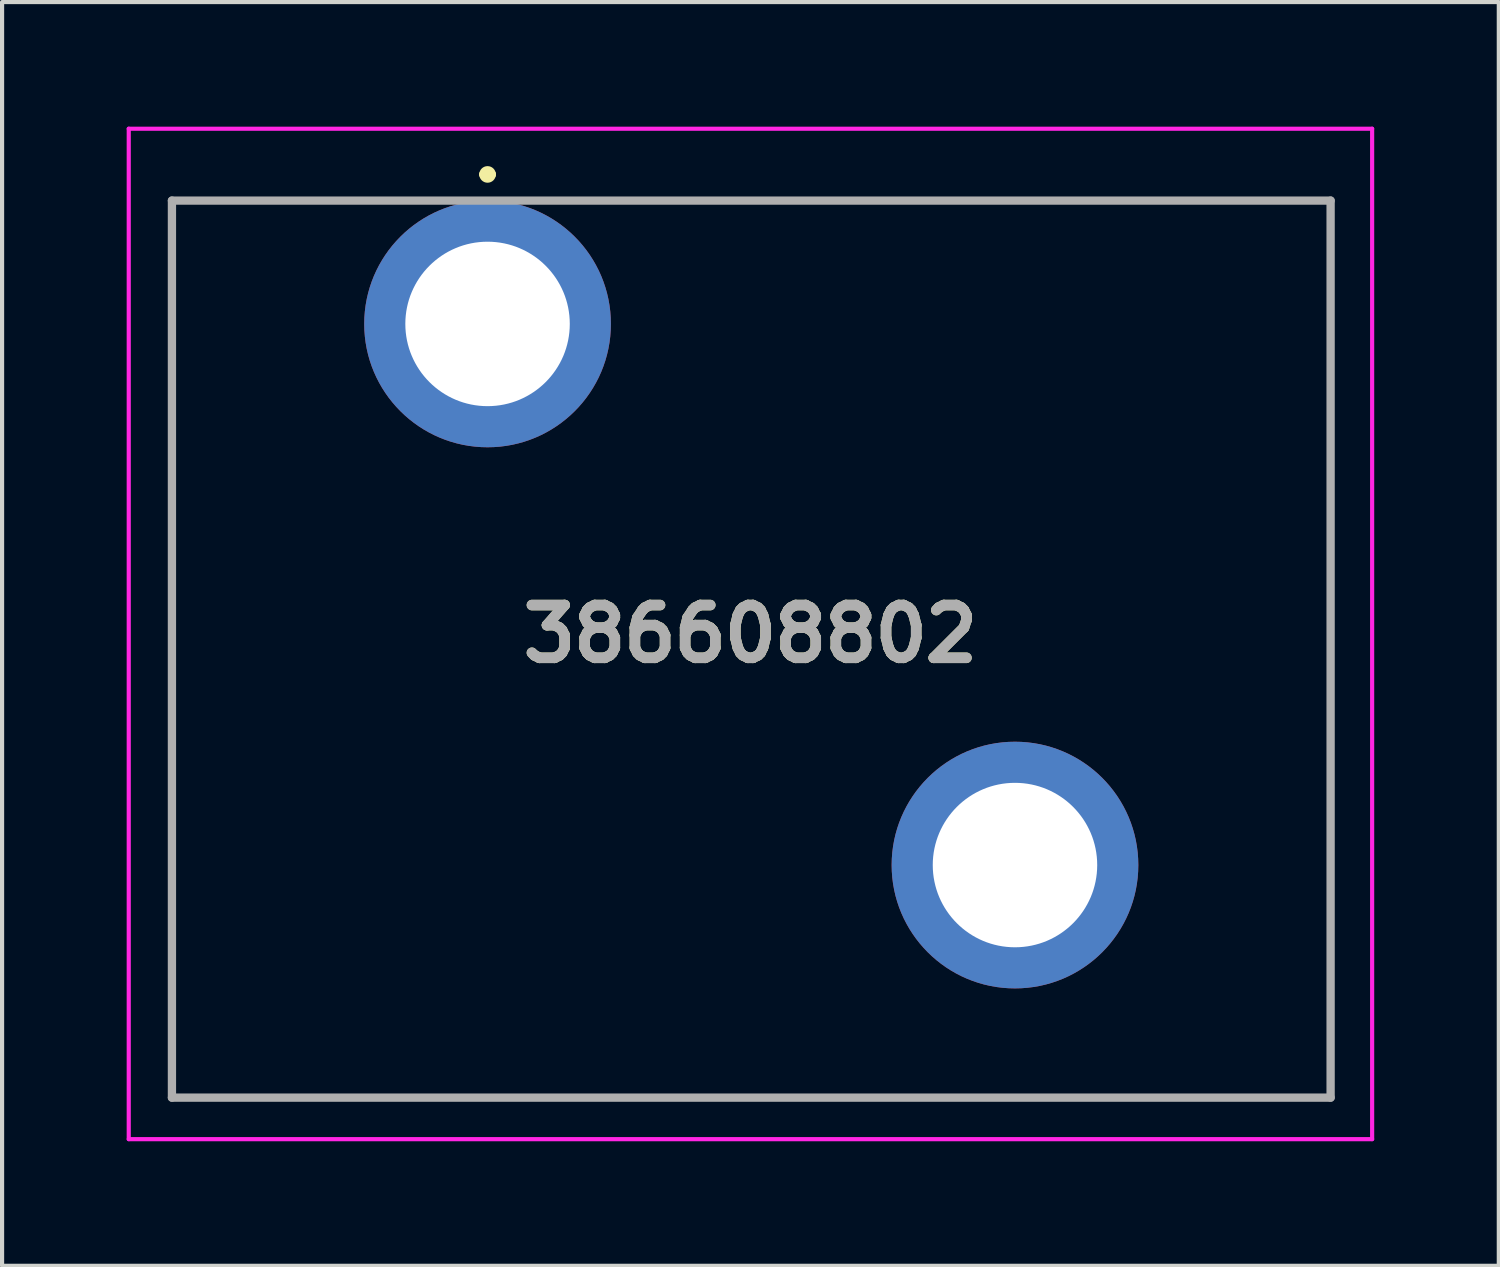
<source format=kicad_pcb>
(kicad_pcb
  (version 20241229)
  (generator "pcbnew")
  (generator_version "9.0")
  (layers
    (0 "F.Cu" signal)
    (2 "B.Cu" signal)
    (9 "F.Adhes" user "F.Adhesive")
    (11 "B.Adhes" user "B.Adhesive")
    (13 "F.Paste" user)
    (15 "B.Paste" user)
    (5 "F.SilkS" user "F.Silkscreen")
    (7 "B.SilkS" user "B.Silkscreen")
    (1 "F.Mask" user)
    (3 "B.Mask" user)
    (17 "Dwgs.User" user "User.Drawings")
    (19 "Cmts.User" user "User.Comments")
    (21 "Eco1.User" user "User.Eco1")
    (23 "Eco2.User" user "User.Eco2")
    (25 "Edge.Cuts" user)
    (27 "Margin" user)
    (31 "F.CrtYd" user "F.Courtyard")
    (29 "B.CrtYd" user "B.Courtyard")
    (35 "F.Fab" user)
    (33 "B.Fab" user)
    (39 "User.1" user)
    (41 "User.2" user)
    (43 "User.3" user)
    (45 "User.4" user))
  (footprint "386608802"
    (layer "F.Cu")
    (at 8.69 4.75)
    (property "Reference" "386608802" (at 6.33 7.465 0) (layer "F.SilkS") (effects (font (size 1.27 1.27) (thickness 0.254))))
    (attr through_hole)
    (fp_line (start -7.64 18.63) (end 20.3 18.63) (stroke (width 0.1) (type solid)) (layer "F.SilkS"))
    (fp_line (start -7.6 -2.97) (end -7.64 18.63) (stroke (width 0.1) (type solid)) (layer "F.SilkS"))
    (fp_line (start -2.56 -2.97) (end -7.6 -2.97) (stroke (width 0.1) (type solid)) (layer "F.SilkS"))
    (fp_line (start -0.1 -3.6) (end -0.1 -3.6) (stroke (width 0.2) (type solid)) (layer "F.SilkS"))
    (fp_line (start 0.1 -3.6) (end 0.1 -3.6) (stroke (width 0.2) (type solid)) (layer "F.SilkS"))
    (fp_line (start 20.3 -2.97) (end 2.52 -2.97) (stroke (width 0.1) (type solid)) (layer "F.SilkS"))
    (fp_line (start 20.3 18.63) (end 20.3 -2.97) (stroke (width 0.1) (type solid)) (layer "F.SilkS"))
    (fp_arc (start -0.1 -3.6) (mid 0 -3.7) (end 0.1 -3.6) (stroke (width 0.2) (type solid)) (layer "F.SilkS"))
    (fp_arc (start 0.1 -3.6) (mid 0 -3.5) (end -0.1 -3.6) (stroke (width 0.2) (type solid)) (layer "F.SilkS"))
    (fp_line (start -8.64 -4.7) (end 21.3 -4.7) (stroke (width 0.1) (type solid)) (layer "F.CrtYd"))
    (fp_line (start -8.64 19.63) (end -8.64 -4.7) (stroke (width 0.1) (type solid)) (layer "F.CrtYd"))
    (fp_line (start 21.3 -4.7) (end 21.3 19.63) (stroke (width 0.1) (type solid)) (layer "F.CrtYd"))
    (fp_line (start 21.3 19.63) (end -8.64 19.63) (stroke (width 0.1) (type solid)) (layer "F.CrtYd"))
    (fp_line (start -7.6 -2.97) (end 20.3 -2.97) (stroke (width 0.2) (type solid)) (layer "F.Fab"))
    (fp_line (start -7.6 18.63) (end -7.6 -2.97) (stroke (width 0.2) (type solid)) (layer "F.Fab"))
    (fp_line (start 20.3 -2.97) (end 20.3 18.63) (stroke (width 0.2) (type solid)) (layer "F.Fab"))
    (fp_line (start 20.3 18.63) (end -7.6 18.63) (stroke (width 0.2) (type solid)) (layer "F.Fab"))
    (fp_text user "${REFERENCE}" (at 6.33 7.465 0) (layer "F.Fab") (effects (font (size 1.27 1.27) (thickness 0.254))))
    (pad "1" thru_hole circle (at 0 0) (size 5.94 5.94) (drill 3.96) (layers "*.Cu" "*.Mask"))
    (pad "2" thru_hole circle (at 12.7 13.03) (size 5.94 5.94) (drill 3.96) (layers "*.Cu" "*.Mask")))
  (gr_rect
    (start -3 -3)
    (end 33.04 27.43)
    (stroke (width 0.1) (type default))
    (fill no)
    (layer "Edge.Cuts")))
</source>
